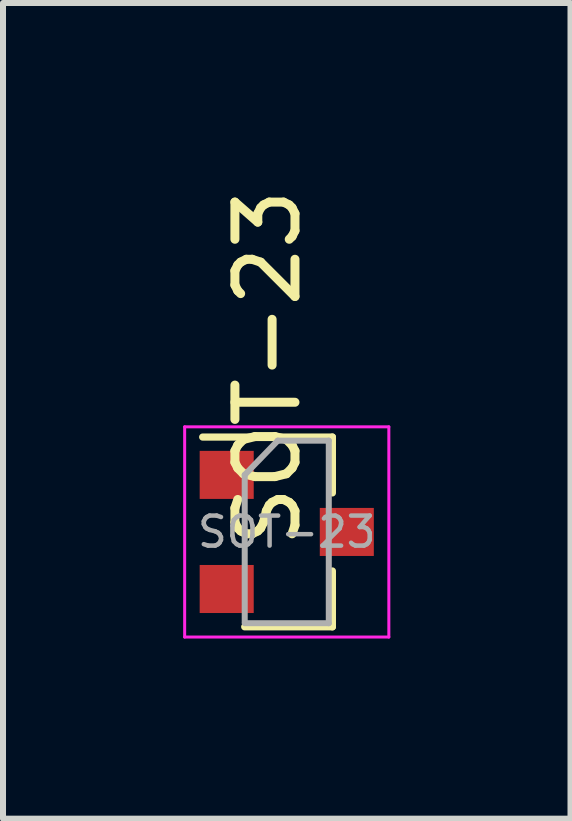
<source format=kicad_pcb>
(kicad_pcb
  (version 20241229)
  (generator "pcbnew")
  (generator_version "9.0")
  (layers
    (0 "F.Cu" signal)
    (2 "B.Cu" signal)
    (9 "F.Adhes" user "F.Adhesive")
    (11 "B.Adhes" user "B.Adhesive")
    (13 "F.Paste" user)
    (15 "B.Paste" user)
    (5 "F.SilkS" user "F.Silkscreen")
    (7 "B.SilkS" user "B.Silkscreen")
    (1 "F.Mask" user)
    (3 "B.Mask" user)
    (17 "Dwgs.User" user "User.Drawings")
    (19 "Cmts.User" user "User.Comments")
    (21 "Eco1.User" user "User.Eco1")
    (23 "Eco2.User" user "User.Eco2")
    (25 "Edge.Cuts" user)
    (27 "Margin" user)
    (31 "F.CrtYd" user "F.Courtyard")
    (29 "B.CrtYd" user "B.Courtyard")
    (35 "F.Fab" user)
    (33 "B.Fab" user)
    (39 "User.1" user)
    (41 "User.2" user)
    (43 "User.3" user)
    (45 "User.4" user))
  (footprint "SOT-23"
    (layer "F.Cu")
    (at 1.725 5.808)
    (property "Reference" "SOT-23" (at -0.318 -2.731 90) (layer "F.SilkS") (effects (font (size 1 1) (thickness 0.15))))
    (attr smd)
    (fp_line (start 0.76 -1.58) (end -1.4 -1.58) (stroke (width 0.12) (type solid)) (layer "F.SilkS"))
    (fp_line (start 0.76 -1.58) (end 0.76 -0.65) (stroke (width 0.12) (type solid)) (layer "F.SilkS"))
    (fp_line (start 0.76 1.58) (end -0.7 1.58) (stroke (width 0.12) (type solid)) (layer "F.SilkS"))
    (fp_line (start 0.76 1.58) (end 0.76 0.65) (stroke (width 0.12) (type solid)) (layer "F.SilkS"))
    (fp_line (start -1.7 -1.75) (end 1.7 -1.75) (stroke (width 0.05) (type solid)) (layer "F.CrtYd"))
    (fp_line (start -1.7 1.75) (end -1.7 -1.75) (stroke (width 0.05) (type solid)) (layer "F.CrtYd"))
    (fp_line (start 1.7 -1.75) (end 1.7 1.75) (stroke (width 0.05) (type solid)) (layer "F.CrtYd"))
    (fp_line (start 1.7 1.75) (end -1.7 1.75) (stroke (width 0.05) (type solid)) (layer "F.CrtYd"))
    (fp_line (start -0.7 -0.95) (end -0.7 1.5) (stroke (width 0.1) (type solid)) (layer "F.Fab"))
    (fp_line (start -0.7 -0.95) (end -0.15 -1.52) (stroke (width 0.1) (type solid)) (layer "F.Fab"))
    (fp_line (start -0.7 1.52) (end 0.7 1.52) (stroke (width 0.1) (type solid)) (layer "F.Fab"))
    (fp_line (start -0.15 -1.52) (end 0.7 -1.52) (stroke (width 0.1) (type solid)) (layer "F.Fab"))
    (fp_line (start 0.7 -1.52) (end 0.7 1.52) (stroke (width 0.1) (type solid)) (layer "F.Fab"))
    (fp_text user "${REFERENCE}" (at 0 0 0) (layer "F.Fab") (effects (font (size 0.5 0.5) (thickness 0.075))))
    (pad "1" smd rect (at -1 -0.95) (size 0.9 0.8) (layers "F.Cu" "F.Mask" "F.Paste"))
    (pad "2" smd rect (at -1 0.95) (size 0.9 0.8) (layers "F.Cu" "F.Mask" "F.Paste"))
    (pad "3" smd rect (at 1 0) (size 0.9 0.8) (layers "F.Cu" "F.Mask" "F.Paste")))
  (gr_rect
    (start -3 -3)
    (end 6.45 10.583)
    (stroke (width 0.1) (type default))
    (fill no)
    (layer "Edge.Cuts")))
</source>
